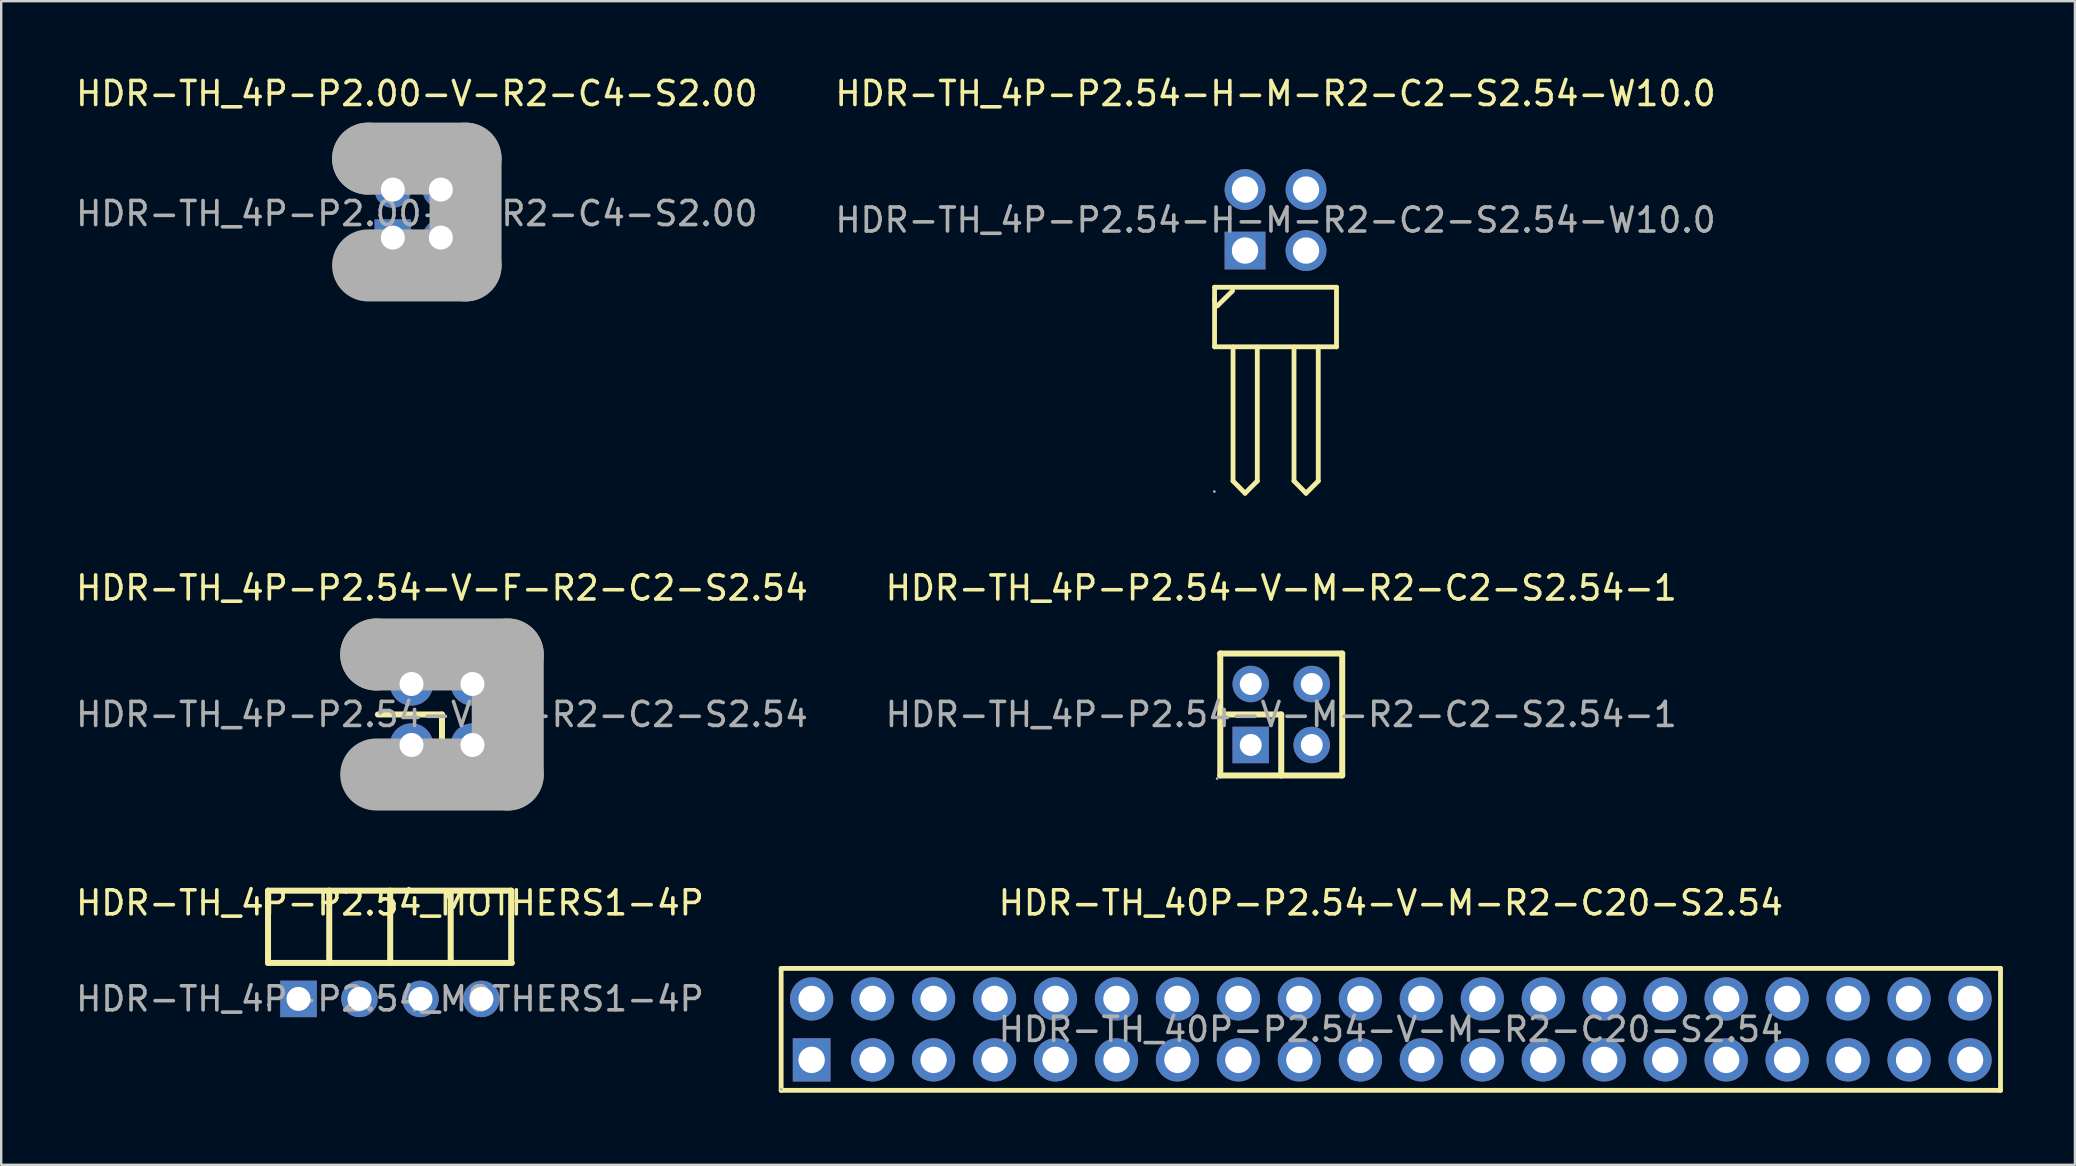
<source format=kicad_pcb>
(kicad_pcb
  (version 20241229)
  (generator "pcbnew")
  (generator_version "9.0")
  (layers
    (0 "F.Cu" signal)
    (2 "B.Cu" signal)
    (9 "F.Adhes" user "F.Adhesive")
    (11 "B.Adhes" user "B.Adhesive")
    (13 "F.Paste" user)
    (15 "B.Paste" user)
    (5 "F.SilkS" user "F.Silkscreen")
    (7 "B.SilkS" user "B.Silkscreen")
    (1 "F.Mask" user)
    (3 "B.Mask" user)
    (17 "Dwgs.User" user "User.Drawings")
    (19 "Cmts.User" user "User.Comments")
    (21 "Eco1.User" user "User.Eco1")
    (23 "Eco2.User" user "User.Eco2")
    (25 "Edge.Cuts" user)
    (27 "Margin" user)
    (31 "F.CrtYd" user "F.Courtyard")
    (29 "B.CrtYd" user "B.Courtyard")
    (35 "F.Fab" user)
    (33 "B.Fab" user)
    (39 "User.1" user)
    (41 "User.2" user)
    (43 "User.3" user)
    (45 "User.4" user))
  (footprint "HDR-TH_40P-P2.54-V-M-R2-C20-S2.54"
    (layer "F.Cu")
    (at 54.893 39.835)
    (property "Reference" "HDR-TH_40P-P2.54-V-M-R2-C20-S2.54" (at 0 -5.27 0) (layer "F.SilkS") (effects (font (size 1 1) (thickness 0.15))))
    (attr through_hole)
    (fp_line (start -25.4 -2.54) (end -25.4 2.54) (stroke (width 0.2) (type solid)) (layer "F.SilkS"))
    (fp_line (start -25.4 2.54) (end 25.4 2.54) (stroke (width 0.2) (type solid)) (layer "F.SilkS"))
    (fp_line (start 25.4 -2.54) (end -25.4 -2.54) (stroke (width 0.2) (type solid)) (layer "F.SilkS"))
    (fp_line (start 25.4 2.54) (end 25.4 -2.54) (stroke (width 0.2) (type solid)) (layer "F.SilkS"))
    (fp_circle (center -25.4 2.5) (end -25.37 2.5) (stroke (width 0.06) (type solid)) (fill no) (layer "F.Fab"))
    (fp_text user "${REFERENCE}" (at 0 0 0) (layer "F.Fab") (effects (font (size 1 1) (thickness 0.15))))
    (pad "1" thru_hole rect (at -24.13 1.27) (size 1.57 1.8) (drill 1.1) (layers "*.Cu" "*.Paste" "*.Mask"))
    (pad "2" thru_hole circle (at -24.13 -1.27) (size 1.8 1.8) (drill 1.1) (layers "*.Cu" "*.Paste" "*.Mask"))
    (pad "3" thru_hole circle (at -21.59 1.27) (size 1.8 1.8) (drill 1.1) (layers "*.Cu" "*.Paste" "*.Mask"))
    (pad "4" thru_hole circle (at -21.59 -1.27) (size 1.8 1.8) (drill 1.1) (layers "*.Cu" "*.Paste" "*.Mask"))
    (pad "5" thru_hole circle (at -19.05 1.27) (size 1.8 1.8) (drill 1.1) (layers "*.Cu" "*.Paste" "*.Mask"))
    (pad "6" thru_hole circle (at -19.05 -1.27) (size 1.8 1.8) (drill 1.1) (layers "*.Cu" "*.Paste" "*.Mask"))
    (pad "7" thru_hole circle (at -16.51 1.27) (size 1.8 1.8) (drill 1.1) (layers "*.Cu" "*.Paste" "*.Mask"))
    (pad "8" thru_hole circle (at -16.51 -1.27) (size 1.8 1.8) (drill 1.1) (layers "*.Cu" "*.Paste" "*.Mask"))
    (pad "9" thru_hole circle (at -13.97 1.27) (size 1.8 1.8) (drill 1.1) (layers "*.Cu" "*.Paste" "*.Mask"))
    (pad "10" thru_hole circle (at -13.97 -1.27) (size 1.8 1.8) (drill 1.1) (layers "*.Cu" "*.Paste" "*.Mask"))
    (pad "11" thru_hole circle (at -11.43 1.27) (size 1.8 1.8) (drill 1.1) (layers "*.Cu" "*.Paste" "*.Mask"))
    (pad "12" thru_hole circle (at -11.43 -1.27) (size 1.8 1.8) (drill 1.1) (layers "*.Cu" "*.Paste" "*.Mask"))
    (pad "13" thru_hole circle (at -8.89 1.27) (size 1.8 1.8) (drill 1.1) (layers "*.Cu" "*.Paste" "*.Mask"))
    (pad "14" thru_hole circle (at -8.89 -1.27) (size 1.8 1.8) (drill 1.1) (layers "*.Cu" "*.Paste" "*.Mask"))
    (pad "15" thru_hole circle (at -6.35 1.27) (size 1.8 1.8) (drill 1.1) (layers "*.Cu" "*.Paste" "*.Mask"))
    (pad "16" thru_hole circle (at -6.35 -1.27) (size 1.8 1.8) (drill 1.1) (layers "*.Cu" "*.Paste" "*.Mask"))
    (pad "17" thru_hole circle (at -3.81 1.27) (size 1.8 1.8) (drill 1.1) (layers "*.Cu" "*.Paste" "*.Mask"))
    (pad "18" thru_hole circle (at -3.81 -1.27) (size 1.8 1.8) (drill 1.1) (layers "*.Cu" "*.Paste" "*.Mask"))
    (pad "19" thru_hole circle (at -1.27 1.27) (size 1.8 1.8) (drill 1.1) (layers "*.Cu" "*.Paste" "*.Mask"))
    (pad "20" thru_hole circle (at -1.27 -1.27) (size 1.8 1.8) (drill 1.1) (layers "*.Cu" "*.Paste" "*.Mask"))
    (pad "21" thru_hole circle (at 1.27 1.27) (size 1.8 1.8) (drill 1.1) (layers "*.Cu" "*.Paste" "*.Mask"))
    (pad "22" thru_hole circle (at 1.27 -1.27) (size 1.8 1.8) (drill 1.1) (layers "*.Cu" "*.Paste" "*.Mask"))
    (pad "23" thru_hole circle (at 3.81 1.27) (size 1.8 1.8) (drill 1.1) (layers "*.Cu" "*.Paste" "*.Mask"))
    (pad "24" thru_hole circle (at 3.81 -1.27) (size 1.8 1.8) (drill 1.1) (layers "*.Cu" "*.Paste" "*.Mask"))
    (pad "25" thru_hole circle (at 6.35 1.27) (size 1.8 1.8) (drill 1.1) (layers "*.Cu" "*.Paste" "*.Mask"))
    (pad "26" thru_hole circle (at 6.35 -1.27) (size 1.8 1.8) (drill 1.1) (layers "*.Cu" "*.Paste" "*.Mask"))
    (pad "27" thru_hole circle (at 8.89 1.27) (size 1.8 1.8) (drill 1.1) (layers "*.Cu" "*.Paste" "*.Mask"))
    (pad "28" thru_hole circle (at 8.89 -1.27) (size 1.8 1.8) (drill 1.1) (layers "*.Cu" "*.Paste" "*.Mask"))
    (pad "29" thru_hole circle (at 11.43 1.27) (size 1.8 1.8) (drill 1.1) (layers "*.Cu" "*.Paste" "*.Mask"))
    (pad "30" thru_hole circle (at 11.43 -1.27) (size 1.8 1.8) (drill 1.1) (layers "*.Cu" "*.Paste" "*.Mask"))
    (pad "31" thru_hole circle (at 13.97 1.27) (size 1.8 1.8) (drill 1.1) (layers "*.Cu" "*.Paste" "*.Mask"))
    (pad "32" thru_hole circle (at 13.97 -1.27) (size 1.8 1.8) (drill 1.1) (layers "*.Cu" "*.Paste" "*.Mask"))
    (pad "33" thru_hole circle (at 16.51 1.27) (size 1.8 1.8) (drill 1.1) (layers "*.Cu" "*.Paste" "*.Mask"))
    (pad "34" thru_hole circle (at 16.51 -1.27) (size 1.8 1.8) (drill 1.1) (layers "*.Cu" "*.Paste" "*.Mask"))
    (pad "35" thru_hole circle (at 19.05 1.27) (size 1.8 1.8) (drill 1.1) (layers "*.Cu" "*.Paste" "*.Mask"))
    (pad "36" thru_hole circle (at 19.05 -1.27) (size 1.8 1.8) (drill 1.1) (layers "*.Cu" "*.Paste" "*.Mask"))
    (pad "37" thru_hole circle (at 21.59 1.27) (size 1.8 1.8) (drill 1.1) (layers "*.Cu" "*.Paste" "*.Mask"))
    (pad "38" thru_hole circle (at 21.59 -1.27) (size 1.8 1.8) (drill 1.1) (layers "*.Cu" "*.Paste" "*.Mask"))
    (pad "39" thru_hole circle (at 24.13 1.27) (size 1.8 1.8) (drill 1.1) (layers "*.Cu" "*.Paste" "*.Mask"))
    (pad "40" thru_hole circle (at 24.13 -1.27) (size 1.8 1.8) (drill 1.1) (layers "*.Cu" "*.Paste" "*.Mask")))
  (footprint "HDR-TH_4P-P2.00-V-R2-C4-S2.00"
    (layer "F.Cu")
    (at 14.315 5.848)
    (property "Reference" "HDR-TH_4P-P2.00-V-R2-C4-S2.00" (at 0 -5 0) (layer "F.SilkS") (effects (font (size 1 1) (thickness 0.15))))
    (attr through_hole)
    (fp_line (start -2.03 -2.29) (end -2.03 -2.29) (stroke (width 3) (type solid)) (layer "F.Fab"))
    (fp_line (start -2.03 -2.29) (end 2.03 -2.29) (stroke (width 3) (type solid)) (layer "F.Fab"))
    (fp_line (start 2.03 -2.29) (end 2.03 2.16) (stroke (width 3) (type solid)) (layer "F.Fab"))
    (fp_line (start 2.03 2.16) (end -2.03 2.16) (stroke (width 3) (type solid)) (layer "F.Fab"))
    (fp_circle (center -2 2.25) (end -1.97 2.25) (stroke (width 0.06) (type solid)) (fill no) (layer "F.Fab"))
    (fp_text user "${REFERENCE}" (at 0 0 0) (layer "F.Fab") (effects (font (size 1 1) (thickness 0.15))))
    (pad "1" thru_hole rect (at -1 1) (size 1.52 1.52) (drill 1) (layers "*.Cu" "*.Paste" "*.Mask"))
    (pad "2" thru_hole circle (at -1 -1) (size 1.52 1.52) (drill 1) (layers "*.Cu" "*.Paste" "*.Mask"))
    (pad "3" thru_hole circle (at 1 1) (size 1.52 1.52) (drill 1) (layers "*.Cu" "*.Paste" "*.Mask"))
    (pad "4" thru_hole circle (at 1 -1) (size 1.52 1.52) (drill 1) (layers "*.Cu" "*.Paste" "*.Mask")))
  (footprint "HDR-TH_4P-P2.54-V-F-R2-C2-S2.54"
    (layer "F.Cu")
    (at 15.363 26.716)
    (property "Reference" "HDR-TH_4P-P2.54-V-F-R2-C2-S2.54" (at 0 -5.27 0) (layer "F.SilkS") (effects (font (size 1 1) (thickness 0.15))))
    (attr through_hole)
    (fp_line (start -2.67 0) (end 0 0) (stroke (width 0.25) (type solid)) (layer "F.SilkS"))
    (fp_line (start 0 0) (end 0 2.41) (stroke (width 0.25) (type solid)) (layer "F.SilkS"))
    (fp_line (start -2.74 -2.5) (end -2.74 -2.5) (stroke (width 3) (type solid)) (layer "F.Fab"))
    (fp_line (start -2.74 -2.5) (end 2.74 -2.5) (stroke (width 3) (type solid)) (layer "F.Fab"))
    (fp_line (start 2.74 -2.5) (end 2.74 2.5) (stroke (width 3) (type solid)) (layer "F.Fab"))
    (fp_line (start 2.74 2.5) (end -2.74 2.5) (stroke (width 3) (type solid)) (layer "F.Fab"))
    (fp_circle (center -2.74 2.5) (end -2.71 2.5) (stroke (width 0.06) (type solid)) (fill no) (layer "F.Fab"))
    (fp_text user "${REFERENCE}" (at 0 0 0) (layer "F.Fab") (effects (font (size 1 1) (thickness 0.15))))
    (pad "1" thru_hole circle (at -1.27 1.27) (size 1.8 1.8) (drill 1) (layers "*.Cu" "*.Paste" "*.Mask"))
    (pad "2" thru_hole circle (at -1.27 -1.27) (size 1.8 1.8) (drill 1) (layers "*.Cu" "*.Paste" "*.Mask"))
    (pad "3" thru_hole circle (at 1.27 1.27) (size 1.8 1.8) (drill 1) (layers "*.Cu" "*.Paste" "*.Mask"))
    (pad "4" thru_hole circle (at 1.27 -1.27) (size 1.8 1.8) (drill 1) (layers "*.Cu" "*.Paste" "*.Mask")))
  (footprint "HDR-TH_4P-P2.54-H-M-R2-C2-S2.54-W10.0"
    (layer "F.Cu")
    (at 50.089 6.118)
    (property "Reference" "HDR-TH_4P-P2.54-H-M-R2-C2-S2.54-W10.0" (at 0 -5.27 0) (layer "F.SilkS") (effects (font (size 1 1) (thickness 0.15))))
    (attr through_hole)
    (fp_line (start -2.54 2.8) (end 2.54 2.8) (stroke (width 0.2) (type solid)) (layer "F.SilkS"))
    (fp_line (start -2.54 3.3) (end -2.54 2.8) (stroke (width 0.2) (type solid)) (layer "F.SilkS"))
    (fp_line (start -2.54 5.28) (end -2.54 3.3) (stroke (width 0.2) (type solid)) (layer "F.SilkS"))
    (fp_line (start -2.43 3.58) (end -1.79 2.95) (stroke (width 0.2) (type solid)) (layer "F.SilkS"))
    (fp_line (start -1.77 10.87) (end -1.77 5.29) (stroke (width 0.2) (type solid)) (layer "F.SilkS"))
    (fp_line (start -1.27 11.38) (end -1.77 10.87) (stroke (width 0.2) (type solid)) (layer "F.SilkS"))
    (fp_line (start -0.76 5.29) (end -0.76 10.87) (stroke (width 0.2) (type solid)) (layer "F.SilkS"))
    (fp_line (start -0.76 10.87) (end -1.27 11.38) (stroke (width 0.2) (type solid)) (layer "F.SilkS"))
    (fp_line (start 0.77 10.87) (end 0.77 5.29) (stroke (width 0.2) (type solid)) (layer "F.SilkS"))
    (fp_line (start 1.27 11.38) (end 0.77 10.87) (stroke (width 0.2) (type solid)) (layer "F.SilkS"))
    (fp_line (start 1.78 5.29) (end 1.78 10.87) (stroke (width 0.2) (type solid)) (layer "F.SilkS"))
    (fp_line (start 1.78 10.87) (end 1.27 11.38) (stroke (width 0.2) (type solid)) (layer "F.SilkS"))
    (fp_line (start 2.54 2.8) (end 2.54 5.28) (stroke (width 0.2) (type solid)) (layer "F.SilkS"))
    (fp_line (start 2.54 5.28) (end -2.54 5.28) (stroke (width 0.2) (type solid)) (layer "F.SilkS"))
    (fp_circle (center -2.55 11.31) (end -2.52 11.31) (stroke (width 0.06) (type solid)) (fill no) (layer "F.Fab"))
    (fp_text user "${REFERENCE}" (at 0 0 0) (layer "F.Fab") (effects (font (size 1 1) (thickness 0.15))))
    (pad "1" thru_hole rect (at -1.27 1.27) (size 1.7 1.57) (drill 1.1) (layers "*.Cu" "*.Paste" "*.Mask"))
    (pad "2" thru_hole circle (at -1.27 -1.27) (size 1.7 1.7) (drill 1.1) (layers "*.Cu" "*.Paste" "*.Mask"))
    (pad "3" thru_hole circle (at 1.27 1.27) (size 1.7 1.7) (drill 1.1) (layers "*.Cu" "*.Paste" "*.Mask"))
    (pad "4" thru_hole circle (at 1.27 -1.27) (size 1.7 1.7) (drill 1.1) (layers "*.Cu" "*.Paste" "*.Mask")))
  (footprint "HDR-TH_4P-P2.54-V-M-R2-C2-S2.54-1"
    (layer "F.Cu")
    (at 50.327 26.716)
    (property "Reference" "HDR-TH_4P-P2.54-V-M-R2-C2-S2.54-1" (at 0 -5.27 0) (layer "F.SilkS") (effects (font (size 1 1) (thickness 0.15))))
    (attr through_hole)
    (fp_line (start -2.54 -2.54) (end 2.54 -2.54) (stroke (width 0.25) (type solid)) (layer "F.SilkS"))
    (fp_line (start -2.54 0) (end 0 0) (stroke (width 0.25) (type solid)) (layer "F.SilkS"))
    (fp_line (start -2.54 2.54) (end -2.54 -2.54) (stroke (width 0.25) (type solid)) (layer "F.SilkS"))
    (fp_line (start 0 0) (end 0 2.54) (stroke (width 0.25) (type solid)) (layer "F.SilkS"))
    (fp_line (start 2.54 -2.54) (end 2.54 2.54) (stroke (width 0.25) (type solid)) (layer "F.SilkS"))
    (fp_line (start 2.54 2.54) (end -2.54 2.54) (stroke (width 0.25) (type solid)) (layer "F.SilkS"))
    (fp_circle (center -2.67 2.67) (end -2.64 2.67) (stroke (width 0.06) (type solid)) (fill no) (layer "F.Fab"))
    (fp_circle (center -1.27 -1.27) (end -1.09 -1.27) (stroke (width 0.36) (type solid)) (fill no) (layer "F.Fab"))
    (fp_circle (center -1.27 1.27) (end -1.09 1.27) (stroke (width 0.36) (type solid)) (fill no) (layer "F.Fab"))
    (fp_circle (center 1.27 -1.27) (end 1.45 -1.27) (stroke (width 0.36) (type solid)) (fill no) (layer "F.Fab"))
    (fp_circle (center 1.27 1.27) (end 1.45 1.27) (stroke (width 0.36) (type solid)) (fill no) (layer "F.Fab"))
    (fp_text user "${REFERENCE}" (at 0 0 0) (layer "F.Fab") (effects (font (size 1 1) (thickness 0.15))))
    (pad "1" thru_hole rect (at -1.27 1.27) (size 1.52 1.52) (drill 0.914) (layers "*.Cu" "*.Paste" "*.Mask"))
    (pad "2" thru_hole circle (at -1.27 -1.27) (size 1.52 1.52) (drill 0.914) (layers "*.Cu" "*.Paste" "*.Mask"))
    (pad "3" thru_hole circle (at 1.27 1.27) (size 1.52 1.52) (drill 0.914) (layers "*.Cu" "*.Paste" "*.Mask"))
    (pad "4" thru_hole circle (at 1.27 -1.27) (size 1.52 1.52) (drill 0.914) (layers "*.Cu" "*.Paste" "*.Mask")))
  (footprint "HDR-TH_4P-P2.54_MOTHERS1-4P"
    (layer "F.Cu")
    (at 13.196 38.565)
    (property "Reference" "HDR-TH_4P-P2.54_MOTHERS1-4P" (at 0 -4 0) (layer "F.SilkS") (effects (font (size 1 1) (thickness 0.15))))
    (attr through_hole)
    (fp_line (start -5.08 -4.51) (end 5.05 -4.51) (stroke (width 0.25) (type solid)) (layer "F.SilkS"))
    (fp_line (start -5.08 -1.5) (end -5.08 -4.51) (stroke (width 0.25) (type solid)) (layer "F.SilkS"))
    (fp_line (start -5.08 -1.5) (end 5.08 -1.5) (stroke (width 0.25) (type solid)) (layer "F.SilkS"))
    (fp_line (start -2.53 -4.51) (end -2.53 -1.5) (stroke (width 0.25) (type solid)) (layer "F.SilkS"))
    (fp_line (start 0.01 -1.5) (end 0.01 -4.51) (stroke (width 0.25) (type solid)) (layer "F.SilkS"))
    (fp_line (start 2.53 -4.38) (end 2.53 -1.5) (stroke (width 0.25) (type solid)) (layer "F.SilkS"))
    (fp_line (start 5.05 -4.51) (end 5.05 -1.5) (stroke (width 0.25) (type solid)) (layer "F.SilkS"))
    (fp_circle (center -5.07 0.25) (end -5.04 0.25) (stroke (width 0.06) (type solid)) (fill no) (layer "F.Fab"))
    (fp_circle (center -3.81 0) (end -3.69 0) (stroke (width 0.25) (type solid)) (fill no) (layer "F.Fab"))
    (fp_circle (center -1.27 0) (end -1.15 0) (stroke (width 0.25) (type solid)) (fill no) (layer "F.Fab"))
    (fp_circle (center 1.27 0) (end 1.39 0) (stroke (width 0.25) (type solid)) (fill no) (layer "F.Fab"))
    (fp_circle (center 3.81 0) (end 3.93 0) (stroke (width 0.25) (type solid)) (fill no) (layer "F.Fab"))
    (fp_text user "${REFERENCE}" (at 0 0 0) (layer "F.Fab") (effects (font (size 1 1) (thickness 0.15))))
    (pad "1" thru_hole rect (at -3.81 0) (size 1.52 1.52) (drill 1) (layers "*.Cu" "*.Paste" "*.Mask"))
    (pad "2" thru_hole circle (at -1.27 0) (size 1.52 1.52) (drill 1) (layers "*.Cu" "*.Paste" "*.Mask"))
    (pad "3" thru_hole circle (at 1.27 0) (size 1.52 1.52) (drill 1) (layers "*.Cu" "*.Paste" "*.Mask"))
    (pad "4" thru_hole circle (at 3.81 0) (size 1.52 1.52) (drill 1) (layers "*.Cu" "*.Paste" "*.Mask")))
  (gr_rect
    (start -3 -3)
    (end 83.393 45.475)
    (stroke (width 0.1) (type default))
    (fill no)
    (layer "Edge.Cuts")))
</source>
